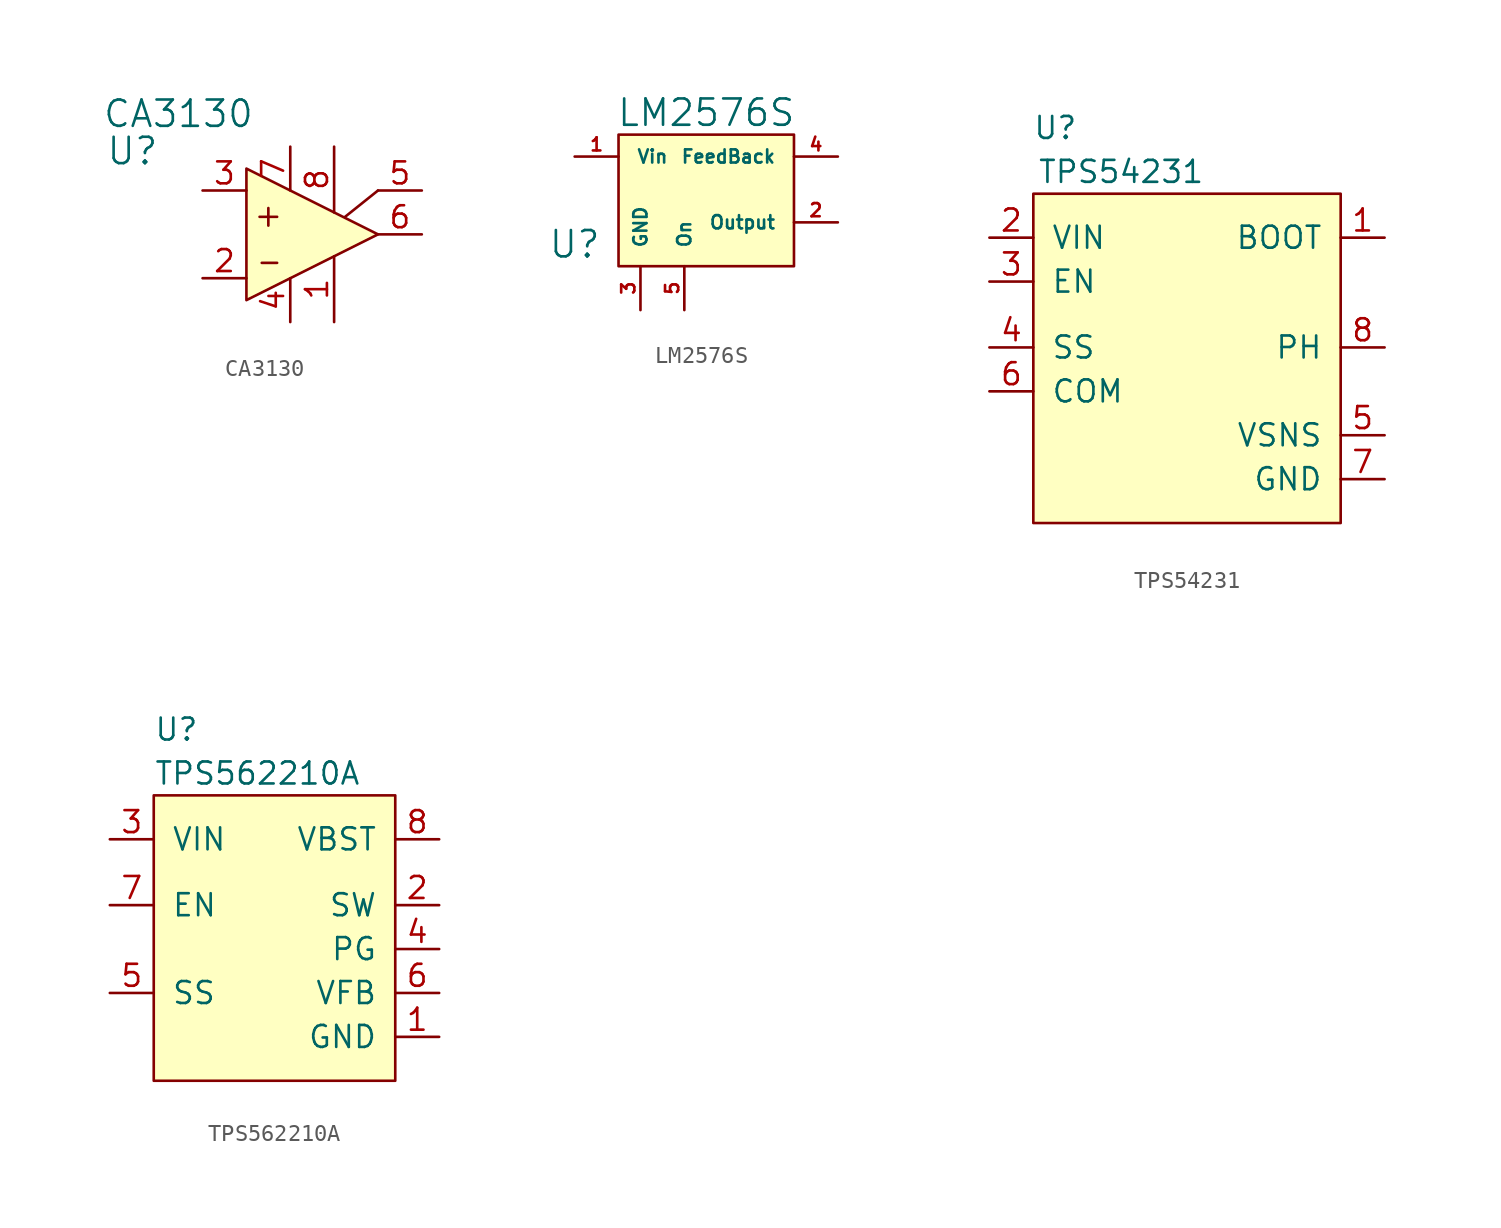
<source format=kicad_sym>
(kicad_symbol_lib
  (version 20211014)
  (generator kicad_symbol_editor)
  (symbol "CA3130"
    (pin_names
      (offset 1.016))
    (property "Reference" "U"
      (at -9.144 4.826 0)
      (effects (font (size 1.524 1.524))))
    (property "Value" "CA3130"
      (at -6.477 6.985 0)
      (effects (font (size 1.524 1.524))))
    (symbol "CA3130_0_1"
      (polyline (pts (xy -1.778 1.016) (xy -0.762 1.016)) (stroke (width 0) (type default) (color 0 0 0 0)) (fill (type none)))
      (polyline (pts (xy -1.651 -1.651) (xy -0.762 -1.651)) (stroke (width 0) (type default) (color 0 0 0 0)) (fill (type none)))
      (polyline (pts (xy -1.27 1.524) (xy -1.27 0.508)) (stroke (width 0) (type default) (color 0 0 0 0)) (fill (type none)))
      (polyline (pts (xy 5.08 2.54) (xy 3.175 1.016)) (stroke (width 0) (type default) (color 0 0 0 0)) (fill (type none)))
      (polyline (pts (xy -2.54 3.81) (xy -2.54 -3.81) (xy 5.08 0) (xy -2.54 3.81)) (stroke (width 0) (type default) (color 0 0 0 0)) (fill (type background))))
    (symbol "CA3130_1_1"
      (pin input line (at 2.54 -5.08 90) (length 3.81) (name "~" (effects (font (size 1.27 1.27)))) (number "1" (effects (font (size 1.27 1.27)))))
      (pin input line (at -5.08 -2.54 0) (length 2.54) (name "~" (effects (font (size 1.27 1.27)))) (number "2" (effects (font (size 1.27 1.27)))))
      (pin input line (at -5.08 2.54 0) (length 2.54) (name "~" (effects (font (size 1.27 1.27)))) (number "3" (effects (font (size 1.27 1.27)))))
      (pin input line (at 0 -5.08 90) (length 2.54) (name "~" (effects (font (size 1.27 1.27)))) (number "4" (effects (font (size 1.27 1.27)))))
      (pin input line (at 7.62 2.54 180) (length 2.54) (name "~" (effects (font (size 1.27 1.27)))) (number "5" (effects (font (size 1.27 1.27)))))
      (pin input line (at 7.62 0 180) (length 2.54) (name "~" (effects (font (size 1.27 1.27)))) (number "6" (effects (font (size 1.27 1.27)))))
      (pin input line (at 0 5.08 270) (length 2.54) (name "~" (effects (font (size 1.27 1.27)))) (number "7" (effects (font (size 1.27 1.27)))))
      (pin input line (at 2.54 5.08 270) (length 3.81) (name "~" (effects (font (size 1.27 1.27)))) (number "8" (effects (font (size 1.27 1.27)))))))
  (symbol "LM2576S"
    (pin_names
      (offset 1.016))
    (property "Reference" "U"
      (at -7.62 -2.54 0)
      (effects (font (size 1.524 1.524))))
    (property "Value" "LM2576S"
      (at 0 5.08 0)
      (effects (font (size 1.524 1.524))))
    (symbol "LM2576S_0_1"
      (rectangle (start -5.08 -3.81) (end 5.08 3.81) (stroke (width 0) (type default) (color 0 0 0 0)) (fill (type background))))
    (symbol "LM2576S_1_1"
      (pin passive line (at -7.62 2.54 0) (length 2.54) (name "Vin" (effects (font (size 0.762 0.762)))) (number "1" (effects (font (size 0.762 0.762)))))
      (pin passive line (at 7.62 -1.27 180) (length 2.54) (name "Output" (effects (font (size 0.762 0.762)))) (number "2" (effects (font (size 0.762 0.762)))))
      (pin passive line (at -3.81 -6.35 90) (length 2.54) (name "GND" (effects (font (size 0.762 0.762)))) (number "3" (effects (font (size 0.762 0.762)))))
      (pin passive line (at 7.62 2.54 180) (length 2.54) (name "FeedBack" (effects (font (size 0.762 0.762)))) (number "4" (effects (font (size 0.762 0.762)))))
      (pin passive line (at -1.27 -6.35 90) (length 2.54) (name "On" (effects (font (size 0.762 0.762)))) (number "5" (effects (font (size 0.762 0.762)))))))
  (symbol "TPS54231"
    (pin_names
      (offset 1.016))
    (property "Reference" "U"
      (at -7.62 13.97 0)
      (effects (font (size 1.27 1.27))))
    (property "Value" "TPS54231"
      (at -3.81 11.43 0)
      (effects (font (size 1.27 1.27))))
    (symbol "TPS54231_0_1"
      (rectangle (start -8.89 10.16) (end 8.89 -8.89) (stroke (width 0) (type default) (color 0 0 0 0)) (fill (type background))))
    (symbol "TPS54231_1_1"
      (pin input line (at 11.43 7.62 180) (length 2.54) (name "BOOT" (effects (font (size 1.27 1.27)))) (number "1" (effects (font (size 1.27 1.27)))))
      (pin input line (at -11.43 7.62 0) (length 2.54) (name "VIN" (effects (font (size 1.27 1.27)))) (number "2" (effects (font (size 1.27 1.27)))))
      (pin input line (at -11.43 5.08 0) (length 2.54) (name "EN" (effects (font (size 1.27 1.27)))) (number "3" (effects (font (size 1.27 1.27)))))
      (pin input line (at -11.43 1.27 0) (length 2.54) (name "SS" (effects (font (size 1.27 1.27)))) (number "4" (effects (font (size 1.27 1.27)))))
      (pin input line (at 11.43 -3.81 180) (length 2.54) (name "VSNS" (effects (font (size 1.27 1.27)))) (number "5" (effects (font (size 1.27 1.27)))))
      (pin input line (at -11.43 -1.27 0) (length 2.54) (name "COM" (effects (font (size 1.27 1.27)))) (number "6" (effects (font (size 1.27 1.27)))))
      (pin input line (at 11.43 -6.35 180) (length 2.54) (name "GND" (effects (font (size 1.27 1.27)))) (number "7" (effects (font (size 1.27 1.27)))))
      (pin input line (at 11.43 1.27 180) (length 2.54) (name "PH" (effects (font (size 1.27 1.27)))) (number "8" (effects (font (size 1.27 1.27)))))))
  (symbol "TPS562210A"
    (pin_names
      (offset 1.016))
    (property "Reference" "U"
      (at -7.62 12.7 0)
      (effects (font (size 1.27 1.27)) (justify left)))
    (property "Value" "TPS562210A"
      (at -7.62 10.16 0)
      (effects (font (size 1.27 1.27)) (justify left)))
    (symbol "TPS562210A_0_1"
      (rectangle (start -7.62 8.89) (end 6.35 -7.62) (stroke (width 0) (type default) (color 0 0 0 0)) (fill (type background))))
    (symbol "TPS562210A_1_1"
      (pin input line (at 8.89 -5.08 180) (length 2.54) (name "GND" (effects (font (size 1.27 1.27)))) (number "1" (effects (font (size 1.27 1.27)))))
      (pin input line (at 8.89 2.54 180) (length 2.54) (name "SW" (effects (font (size 1.27 1.27)))) (number "2" (effects (font (size 1.27 1.27)))))
      (pin input line (at -10.16 6.35 0) (length 2.54) (name "VIN" (effects (font (size 1.27 1.27)))) (number "3" (effects (font (size 1.27 1.27)))))
      (pin input line (at 8.89 0 180) (length 2.54) (name "PG" (effects (font (size 1.27 1.27)))) (number "4" (effects (font (size 1.27 1.27)))))
      (pin input line (at -10.16 -2.54 0) (length 2.54) (name "SS" (effects (font (size 1.27 1.27)))) (number "5" (effects (font (size 1.27 1.27)))))
      (pin input line (at 8.89 -2.54 180) (length 2.54) (name "VFB" (effects (font (size 1.27 1.27)))) (number "6" (effects (font (size 1.27 1.27)))))
      (pin input line (at -10.16 2.54 0) (length 2.54) (name "EN" (effects (font (size 1.27 1.27)))) (number "7" (effects (font (size 1.27 1.27)))))
      (pin input line (at 8.89 6.35 180) (length 2.54) (name "VBST" (effects (font (size 1.27 1.27)))) (number "8" (effects (font (size 1.27 1.27))))))))
</source>
